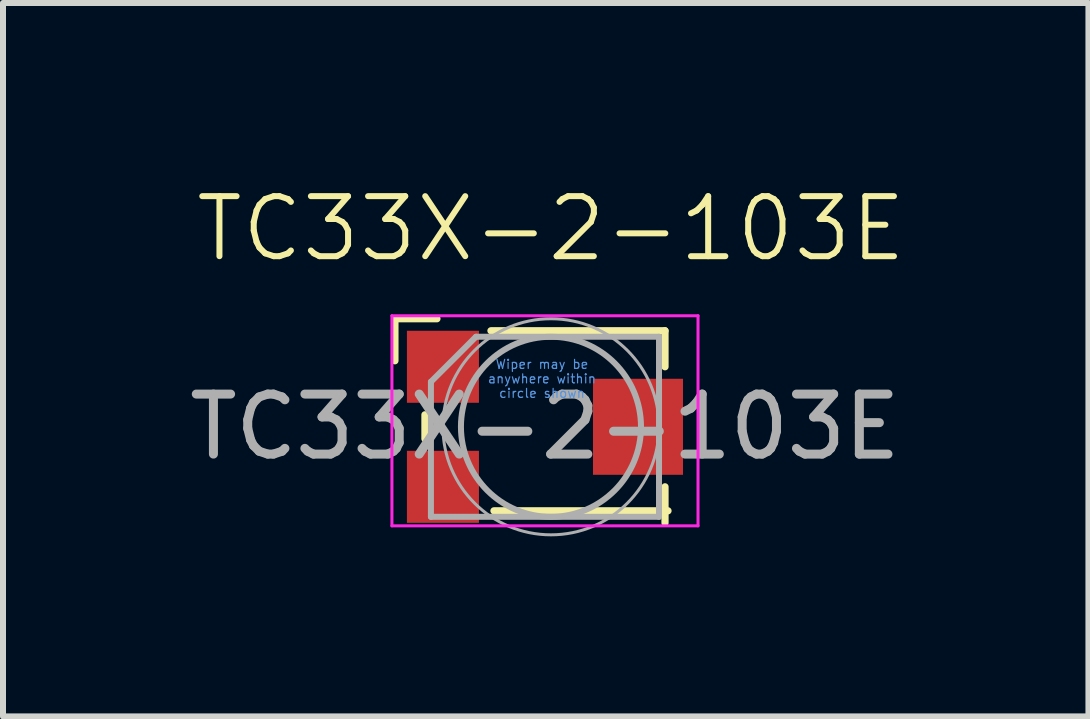
<source format=kicad_pcb>
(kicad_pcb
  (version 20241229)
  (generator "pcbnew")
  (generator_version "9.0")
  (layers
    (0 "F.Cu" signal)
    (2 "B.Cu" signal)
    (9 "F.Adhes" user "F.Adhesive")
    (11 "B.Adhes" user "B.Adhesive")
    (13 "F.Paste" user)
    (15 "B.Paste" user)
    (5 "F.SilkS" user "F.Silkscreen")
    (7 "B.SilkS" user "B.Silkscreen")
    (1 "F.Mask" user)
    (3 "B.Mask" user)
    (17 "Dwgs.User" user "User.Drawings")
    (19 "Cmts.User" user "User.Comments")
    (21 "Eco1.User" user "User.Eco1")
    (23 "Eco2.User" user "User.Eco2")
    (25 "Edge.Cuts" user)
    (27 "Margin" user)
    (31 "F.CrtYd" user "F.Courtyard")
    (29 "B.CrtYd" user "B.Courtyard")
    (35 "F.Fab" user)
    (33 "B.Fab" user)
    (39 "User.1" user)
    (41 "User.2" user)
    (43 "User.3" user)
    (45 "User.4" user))
  (footprint "TC33X-2-103E"
    (layer "F.Cu")
    (at 6.13 4.061)
    (property "Reference" "TC33X-2-103E" (at 0 -3.3 0) (unlocked yes) (layer "F.SilkS") (effects (font (size 1 1) (thickness 0.1))))
    (attr smd)
    (fp_line (start -2.6 -1.8) (end -2.6 -1.1) (stroke (width 0.12) (type solid)) (layer "F.SilkS"))
    (fp_line (start -2.1 -0.2) (end -2.1 0.2) (stroke (width 0.12) (type solid)) (layer "F.SilkS"))
    (fp_line (start -1.9 -1.8) (end -2.6 -1.8) (stroke (width 0.12) (type solid)) (layer "F.SilkS"))
    (fp_line (start -1 -1.6) (end 1.9 -1.6) (stroke (width 0.12) (type solid)) (layer "F.SilkS"))
    (fp_line (start -0.95 1.4) (end 1.95 1.4) (stroke (width 0.12) (type solid)) (layer "F.SilkS"))
    (fp_line (start 1.9 -1.6) (end 1.9 -1) (stroke (width 0.12) (type solid)) (layer "F.SilkS"))
    (fp_line (start 1.9 1.6) (end 1.9 1) (stroke (width 0.12) (type solid)) (layer "F.SilkS"))
    (fp_line (start -2.65 -1.85) (end 2.45 -1.85) (stroke (width 0.05) (type solid)) (layer "F.CrtYd"))
    (fp_line (start -2.65 1.65) (end -2.65 -1.85) (stroke (width 0.05) (type solid)) (layer "F.CrtYd"))
    (fp_line (start 2.45 -1.85) (end 2.45 1.65) (stroke (width 0.05) (type solid)) (layer "F.CrtYd"))
    (fp_line (start 2.45 1.65) (end -2.65 1.65) (stroke (width 0.05) (type solid)) (layer "F.CrtYd"))
    (fp_line (start -2 -0.75) (end -2 1.5) (stroke (width 0.1) (type solid)) (layer "F.Fab"))
    (fp_line (start -2 1.5) (end 1.8 1.5) (stroke (width 0.1) (type solid)) (layer "F.Fab"))
    (fp_line (start -1.25 -1.5) (end -2 -0.75) (stroke (width 0.1) (type solid)) (layer "F.Fab"))
    (fp_line (start 1.8 -1.5) (end -1.25 -1.5) (stroke (width 0.1) (type solid)) (layer "F.Fab"))
    (fp_line (start 1.8 1.5) (end 1.8 -1.5) (stroke (width 0.1) (type solid)) (layer "F.Fab"))
    (fp_circle (center 0 0) (end 1.5 0) (stroke (width 0.1) (type solid)) (fill no) (layer "F.Fab"))
    (fp_circle (center 0 0) (end 1.8 0) (stroke (width 0.05) (type solid)) (fill no) (layer "F.Fab"))
    (fp_text user "Wiper may be\nanywhere within\ncircle shown" (at -0.15 -0.8 0) (layer "Cmts.User") (effects (font (size 0.15 0.15) (thickness 0.02))))
    (fp_text user "${REFERENCE}" (at -0.1 0 0) (unlocked yes) (layer "F.Fab") (effects (font (size 1 1) (thickness 0.15))))
    (pad "1" smd rect (at -1.8 -1) (size 1.2 1.2) (layers "F.Cu" "F.Mask" "F.Paste"))
    (pad "2" smd rect (at 1.45 0) (size 1.5 1.6) (layers "F.Cu" "F.Mask" "F.Paste"))
    (pad "3" smd rect (at -1.8 1) (size 1.2 1.2) (layers "F.Cu" "F.Mask" "F.Paste")))
  (gr_rect
    (start -3 -3)
    (end 15.085 8.886)
    (stroke (width 0.1) (type default))
    (fill no)
    (layer "Edge.Cuts")))
</source>
